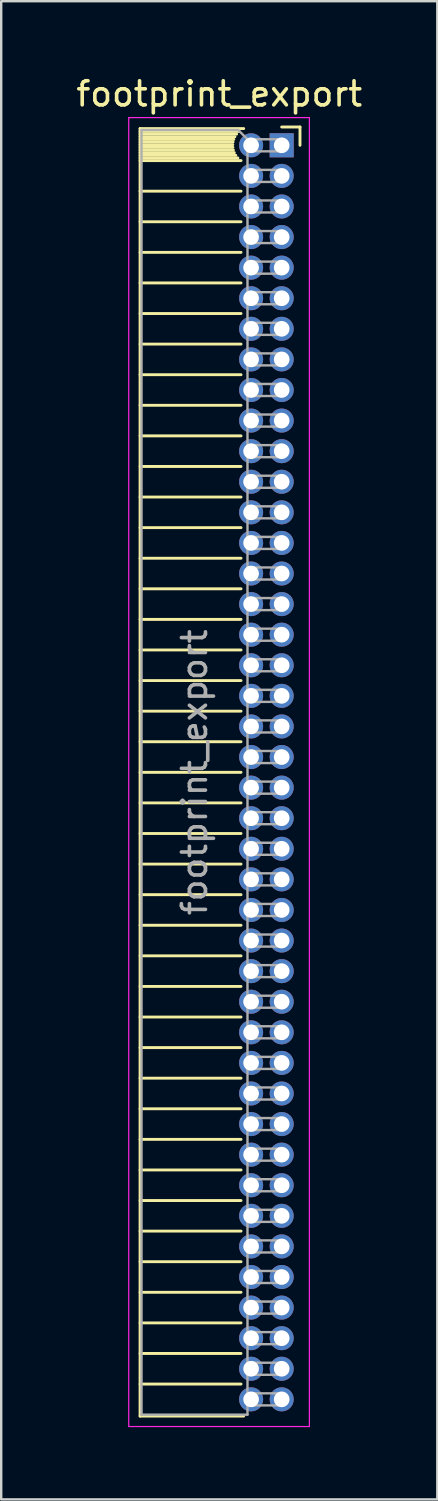
<source format=kicad_pcb>
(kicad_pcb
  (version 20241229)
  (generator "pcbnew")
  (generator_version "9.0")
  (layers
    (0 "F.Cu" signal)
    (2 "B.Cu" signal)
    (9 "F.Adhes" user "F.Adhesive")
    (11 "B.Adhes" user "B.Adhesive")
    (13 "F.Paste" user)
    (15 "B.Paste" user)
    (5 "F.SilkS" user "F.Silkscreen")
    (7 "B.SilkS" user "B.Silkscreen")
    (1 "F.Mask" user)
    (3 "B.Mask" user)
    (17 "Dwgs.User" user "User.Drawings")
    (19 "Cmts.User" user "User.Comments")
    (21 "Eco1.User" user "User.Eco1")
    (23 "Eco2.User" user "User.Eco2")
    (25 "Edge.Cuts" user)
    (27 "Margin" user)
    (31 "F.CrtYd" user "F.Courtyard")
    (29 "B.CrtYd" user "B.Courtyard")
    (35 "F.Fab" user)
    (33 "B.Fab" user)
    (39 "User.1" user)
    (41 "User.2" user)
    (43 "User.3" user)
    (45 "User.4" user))
  (footprint "footprint_export"
    (layer "F.Cu")
    (at 8.646 2.983)
    (property "Reference" "footprint_export" (at -2.592 -2.135 0) (layer "F.SilkS") (effects (font (size 1 1) (thickness 0.15))))
    (attr through_hole)
    (fp_line (start -5.88 -0.695) (end -5.88 52.765) (stroke (width 0.12) (type solid)) (layer "F.SilkS"))
    (fp_line (start -5.88 -0.695) (end -1.578 -0.695) (stroke (width 0.12) (type solid)) (layer "F.SilkS"))
    (fp_line (start -5.88 -0.575) (end -1.767 -0.575) (stroke (width 0.12) (type solid)) (layer "F.SilkS"))
    (fp_line (start -5.88 -0.465) (end -1.871 -0.465) (stroke (width 0.12) (type solid)) (layer "F.SilkS"))
    (fp_line (start -5.88 -0.355) (end -1.942 -0.355) (stroke (width 0.12) (type solid)) (layer "F.SilkS"))
    (fp_line (start -5.88 -0.245) (end -1.989 -0.245) (stroke (width 0.12) (type solid)) (layer "F.SilkS"))
    (fp_line (start -5.88 -0.135) (end -2.018 -0.135) (stroke (width 0.12) (type solid)) (layer "F.SilkS"))
    (fp_line (start -5.88 -0.025) (end -2.03 -0.025) (stroke (width 0.12) (type solid)) (layer "F.SilkS"))
    (fp_line (start -5.88 0.085) (end -2.025 0.085) (stroke (width 0.12) (type solid)) (layer "F.SilkS"))
    (fp_line (start -5.88 0.195) (end -2.005 0.195) (stroke (width 0.12) (type solid)) (layer "F.SilkS"))
    (fp_line (start -5.88 0.305) (end -1.966 0.305) (stroke (width 0.12) (type solid)) (layer "F.SilkS"))
    (fp_line (start -5.88 0.415) (end -1.907 0.415) (stroke (width 0.12) (type solid)) (layer "F.SilkS"))
    (fp_line (start -5.88 0.525) (end -1.82 0.525) (stroke (width 0.12) (type solid)) (layer "F.SilkS"))
    (fp_line (start -5.88 0.635) (end -1.688 0.635) (stroke (width 0.12) (type solid)) (layer "F.SilkS"))
    (fp_line (start -5.88 1.905) (end -1.688 1.905) (stroke (width 0.12) (type solid)) (layer "F.SilkS"))
    (fp_line (start -5.88 3.175) (end -1.688 3.175) (stroke (width 0.12) (type solid)) (layer "F.SilkS"))
    (fp_line (start -5.88 4.445) (end -1.688 4.445) (stroke (width 0.12) (type solid)) (layer "F.SilkS"))
    (fp_line (start -5.88 5.715) (end -1.688 5.715) (stroke (width 0.12) (type solid)) (layer "F.SilkS"))
    (fp_line (start -5.88 6.985) (end -1.688 6.985) (stroke (width 0.12) (type solid)) (layer "F.SilkS"))
    (fp_line (start -5.88 8.255) (end -1.688 8.255) (stroke (width 0.12) (type solid)) (layer "F.SilkS"))
    (fp_line (start -5.88 9.525) (end -1.688 9.525) (stroke (width 0.12) (type solid)) (layer "F.SilkS"))
    (fp_line (start -5.88 10.795) (end -1.688 10.795) (stroke (width 0.12) (type solid)) (layer "F.SilkS"))
    (fp_line (start -5.88 12.065) (end -1.688 12.065) (stroke (width 0.12) (type solid)) (layer "F.SilkS"))
    (fp_line (start -5.88 13.335) (end -1.688 13.335) (stroke (width 0.12) (type solid)) (layer "F.SilkS"))
    (fp_line (start -5.88 14.605) (end -1.688 14.605) (stroke (width 0.12) (type solid)) (layer "F.SilkS"))
    (fp_line (start -5.88 15.875) (end -1.688 15.875) (stroke (width 0.12) (type solid)) (layer "F.SilkS"))
    (fp_line (start -5.88 17.145) (end -1.688 17.145) (stroke (width 0.12) (type solid)) (layer "F.SilkS"))
    (fp_line (start -5.88 18.415) (end -1.688 18.415) (stroke (width 0.12) (type solid)) (layer "F.SilkS"))
    (fp_line (start -5.88 19.685) (end -1.688 19.685) (stroke (width 0.12) (type solid)) (layer "F.SilkS"))
    (fp_line (start -5.88 20.955) (end -1.688 20.955) (stroke (width 0.12) (type solid)) (layer "F.SilkS"))
    (fp_line (start -5.88 22.225) (end -1.688 22.225) (stroke (width 0.12) (type solid)) (layer "F.SilkS"))
    (fp_line (start -5.88 23.495) (end -1.688 23.495) (stroke (width 0.12) (type solid)) (layer "F.SilkS"))
    (fp_line (start -5.88 24.765) (end -1.688 24.765) (stroke (width 0.12) (type solid)) (layer "F.SilkS"))
    (fp_line (start -5.88 26.035) (end -1.688 26.035) (stroke (width 0.12) (type solid)) (layer "F.SilkS"))
    (fp_line (start -5.88 27.305) (end -1.688 27.305) (stroke (width 0.12) (type solid)) (layer "F.SilkS"))
    (fp_line (start -5.88 28.575) (end -1.688 28.575) (stroke (width 0.12) (type solid)) (layer "F.SilkS"))
    (fp_line (start -5.88 29.845) (end -1.688 29.845) (stroke (width 0.12) (type solid)) (layer "F.SilkS"))
    (fp_line (start -5.88 31.115) (end -1.688 31.115) (stroke (width 0.12) (type solid)) (layer "F.SilkS"))
    (fp_line (start -5.88 32.385) (end -1.688 32.385) (stroke (width 0.12) (type solid)) (layer "F.SilkS"))
    (fp_line (start -5.88 33.655) (end -1.688 33.655) (stroke (width 0.12) (type solid)) (layer "F.SilkS"))
    (fp_line (start -5.88 34.925) (end -1.688 34.925) (stroke (width 0.12) (type solid)) (layer "F.SilkS"))
    (fp_line (start -5.88 36.195) (end -1.688 36.195) (stroke (width 0.12) (type solid)) (layer "F.SilkS"))
    (fp_line (start -5.88 37.465) (end -1.688 37.465) (stroke (width 0.12) (type solid)) (layer "F.SilkS"))
    (fp_line (start -5.88 38.735) (end -1.688 38.735) (stroke (width 0.12) (type solid)) (layer "F.SilkS"))
    (fp_line (start -5.88 40.005) (end -1.688 40.005) (stroke (width 0.12) (type solid)) (layer "F.SilkS"))
    (fp_line (start -5.88 41.275) (end -1.688 41.275) (stroke (width 0.12) (type solid)) (layer "F.SilkS"))
    (fp_line (start -5.88 42.545) (end -1.688 42.545) (stroke (width 0.12) (type solid)) (layer "F.SilkS"))
    (fp_line (start -5.88 43.815) (end -1.688 43.815) (stroke (width 0.12) (type solid)) (layer "F.SilkS"))
    (fp_line (start -5.88 45.085) (end -1.688 45.085) (stroke (width 0.12) (type solid)) (layer "F.SilkS"))
    (fp_line (start -5.88 46.355) (end -1.688 46.355) (stroke (width 0.12) (type solid)) (layer "F.SilkS"))
    (fp_line (start -5.88 47.625) (end -1.688 47.625) (stroke (width 0.12) (type solid)) (layer "F.SilkS"))
    (fp_line (start -5.88 48.895) (end -1.688 48.895) (stroke (width 0.12) (type solid)) (layer "F.SilkS"))
    (fp_line (start -5.88 50.165) (end -1.688 50.165) (stroke (width 0.12) (type solid)) (layer "F.SilkS"))
    (fp_line (start -5.88 51.435) (end -1.688 51.435) (stroke (width 0.12) (type solid)) (layer "F.SilkS"))
    (fp_line (start -5.88 52.765) (end -1.578 52.765) (stroke (width 0.12) (type solid)) (layer "F.SilkS"))
    (fp_line (start 0 -0.76) (end 0.76 -0.76) (stroke (width 0.12) (type solid)) (layer "F.SilkS"))
    (fp_line (start 0.76 -0.76) (end 0.76 0) (stroke (width 0.12) (type solid)) (layer "F.SilkS"))
    (fp_line (start -6.35 -1.15) (end -6.35 53.2) (stroke (width 0.05) (type solid)) (layer "F.CrtYd"))
    (fp_line (start -6.35 53.2) (end 1.15 53.2) (stroke (width 0.05) (type solid)) (layer "F.CrtYd"))
    (fp_line (start 1.15 -1.15) (end -6.35 -1.15) (stroke (width 0.05) (type solid)) (layer "F.CrtYd"))
    (fp_line (start 1.15 53.2) (end 1.15 -1.15) (stroke (width 0.05) (type solid)) (layer "F.CrtYd"))
    (fp_line (start -5.82 -0.635) (end -1.805 -0.635) (stroke (width 0.1) (type solid)) (layer "F.Fab"))
    (fp_line (start -5.82 52.705) (end -5.82 -0.635) (stroke (width 0.1) (type solid)) (layer "F.Fab"))
    (fp_line (start -1.805 -0.635) (end -1.42 -0.25) (stroke (width 0.1) (type solid)) (layer "F.Fab"))
    (fp_line (start -1.42 -0.25) (end -1.42 52.705) (stroke (width 0.1) (type solid)) (layer "F.Fab"))
    (fp_line (start -1.42 0.25) (end 0 0.25) (stroke (width 0.1) (type solid)) (layer "F.Fab"))
    (fp_line (start -1.42 1.52) (end 0 1.52) (stroke (width 0.1) (type solid)) (layer "F.Fab"))
    (fp_line (start -1.42 2.79) (end 0 2.79) (stroke (width 0.1) (type solid)) (layer "F.Fab"))
    (fp_line (start -1.42 4.06) (end 0 4.06) (stroke (width 0.1) (type solid)) (layer "F.Fab"))
    (fp_line (start -1.42 5.33) (end 0 5.33) (stroke (width 0.1) (type solid)) (layer "F.Fab"))
    (fp_line (start -1.42 6.6) (end 0 6.6) (stroke (width 0.1) (type solid)) (layer "F.Fab"))
    (fp_line (start -1.42 7.87) (end 0 7.87) (stroke (width 0.1) (type solid)) (layer "F.Fab"))
    (fp_line (start -1.42 9.14) (end 0 9.14) (stroke (width 0.1) (type solid)) (layer "F.Fab"))
    (fp_line (start -1.42 10.41) (end 0 10.41) (stroke (width 0.1) (type solid)) (layer "F.Fab"))
    (fp_line (start -1.42 11.68) (end 0 11.68) (stroke (width 0.1) (type solid)) (layer "F.Fab"))
    (fp_line (start -1.42 12.95) (end 0 12.95) (stroke (width 0.1) (type solid)) (layer "F.Fab"))
    (fp_line (start -1.42 14.22) (end 0 14.22) (stroke (width 0.1) (type solid)) (layer "F.Fab"))
    (fp_line (start -1.42 15.49) (end 0 15.49) (stroke (width 0.1) (type solid)) (layer "F.Fab"))
    (fp_line (start -1.42 16.76) (end 0 16.76) (stroke (width 0.1) (type solid)) (layer "F.Fab"))
    (fp_line (start -1.42 18.03) (end 0 18.03) (stroke (width 0.1) (type solid)) (layer "F.Fab"))
    (fp_line (start -1.42 19.3) (end 0 19.3) (stroke (width 0.1) (type solid)) (layer "F.Fab"))
    (fp_line (start -1.42 20.57) (end 0 20.57) (stroke (width 0.1) (type solid)) (layer "F.Fab"))
    (fp_line (start -1.42 21.84) (end 0 21.84) (stroke (width 0.1) (type solid)) (layer "F.Fab"))
    (fp_line (start -1.42 23.11) (end 0 23.11) (stroke (width 0.1) (type solid)) (layer "F.Fab"))
    (fp_line (start -1.42 24.38) (end 0 24.38) (stroke (width 0.1) (type solid)) (layer "F.Fab"))
    (fp_line (start -1.42 25.65) (end 0 25.65) (stroke (width 0.1) (type solid)) (layer "F.Fab"))
    (fp_line (start -1.42 26.92) (end 0 26.92) (stroke (width 0.1) (type solid)) (layer "F.Fab"))
    (fp_line (start -1.42 28.19) (end 0 28.19) (stroke (width 0.1) (type solid)) (layer "F.Fab"))
    (fp_line (start -1.42 29.46) (end 0 29.46) (stroke (width 0.1) (type solid)) (layer "F.Fab"))
    (fp_line (start -1.42 30.73) (end 0 30.73) (stroke (width 0.1) (type solid)) (layer "F.Fab"))
    (fp_line (start -1.42 32) (end 0 32) (stroke (width 0.1) (type solid)) (layer "F.Fab"))
    (fp_line (start -1.42 33.27) (end 0 33.27) (stroke (width 0.1) (type solid)) (layer "F.Fab"))
    (fp_line (start -1.42 34.54) (end 0 34.54) (stroke (width 0.1) (type solid)) (layer "F.Fab"))
    (fp_line (start -1.42 35.81) (end 0 35.81) (stroke (width 0.1) (type solid)) (layer "F.Fab"))
    (fp_line (start -1.42 37.08) (end 0 37.08) (stroke (width 0.1) (type solid)) (layer "F.Fab"))
    (fp_line (start -1.42 38.35) (end 0 38.35) (stroke (width 0.1) (type solid)) (layer "F.Fab"))
    (fp_line (start -1.42 39.62) (end 0 39.62) (stroke (width 0.1) (type solid)) (layer "F.Fab"))
    (fp_line (start -1.42 40.89) (end 0 40.89) (stroke (width 0.1) (type solid)) (layer "F.Fab"))
    (fp_line (start -1.42 42.16) (end 0 42.16) (stroke (width 0.1) (type solid)) (layer "F.Fab"))
    (fp_line (start -1.42 43.43) (end 0 43.43) (stroke (width 0.1) (type solid)) (layer "F.Fab"))
    (fp_line (start -1.42 44.7) (end 0 44.7) (stroke (width 0.1) (type solid)) (layer "F.Fab"))
    (fp_line (start -1.42 45.97) (end 0 45.97) (stroke (width 0.1) (type solid)) (layer "F.Fab"))
    (fp_line (start -1.42 47.24) (end 0 47.24) (stroke (width 0.1) (type solid)) (layer "F.Fab"))
    (fp_line (start -1.42 48.51) (end 0 48.51) (stroke (width 0.1) (type solid)) (layer "F.Fab"))
    (fp_line (start -1.42 49.78) (end 0 49.78) (stroke (width 0.1) (type solid)) (layer "F.Fab"))
    (fp_line (start -1.42 51.05) (end 0 51.05) (stroke (width 0.1) (type solid)) (layer "F.Fab"))
    (fp_line (start -1.42 52.32) (end 0 52.32) (stroke (width 0.1) (type solid)) (layer "F.Fab"))
    (fp_line (start -1.42 52.705) (end -5.82 52.705) (stroke (width 0.1) (type solid)) (layer "F.Fab"))
    (fp_line (start 0 -0.25) (end -1.42 -0.25) (stroke (width 0.1) (type solid)) (layer "F.Fab"))
    (fp_line (start 0 0.25) (end 0 -0.25) (stroke (width 0.1) (type solid)) (layer "F.Fab"))
    (fp_line (start 0 1.02) (end -1.42 1.02) (stroke (width 0.1) (type solid)) (layer "F.Fab"))
    (fp_line (start 0 1.52) (end 0 1.02) (stroke (width 0.1) (type solid)) (layer "F.Fab"))
    (fp_line (start 0 2.29) (end -1.42 2.29) (stroke (width 0.1) (type solid)) (layer "F.Fab"))
    (fp_line (start 0 2.79) (end 0 2.29) (stroke (width 0.1) (type solid)) (layer "F.Fab"))
    (fp_line (start 0 3.56) (end -1.42 3.56) (stroke (width 0.1) (type solid)) (layer "F.Fab"))
    (fp_line (start 0 4.06) (end 0 3.56) (stroke (width 0.1) (type solid)) (layer "F.Fab"))
    (fp_line (start 0 4.83) (end -1.42 4.83) (stroke (width 0.1) (type solid)) (layer "F.Fab"))
    (fp_line (start 0 5.33) (end 0 4.83) (stroke (width 0.1) (type solid)) (layer "F.Fab"))
    (fp_line (start 0 6.1) (end -1.42 6.1) (stroke (width 0.1) (type solid)) (layer "F.Fab"))
    (fp_line (start 0 6.6) (end 0 6.1) (stroke (width 0.1) (type solid)) (layer "F.Fab"))
    (fp_line (start 0 7.37) (end -1.42 7.37) (stroke (width 0.1) (type solid)) (layer "F.Fab"))
    (fp_line (start 0 7.87) (end 0 7.37) (stroke (width 0.1) (type solid)) (layer "F.Fab"))
    (fp_line (start 0 8.64) (end -1.42 8.64) (stroke (width 0.1) (type solid)) (layer "F.Fab"))
    (fp_line (start 0 9.14) (end 0 8.64) (stroke (width 0.1) (type solid)) (layer "F.Fab"))
    (fp_line (start 0 9.91) (end -1.42 9.91) (stroke (width 0.1) (type solid)) (layer "F.Fab"))
    (fp_line (start 0 10.41) (end 0 9.91) (stroke (width 0.1) (type solid)) (layer "F.Fab"))
    (fp_line (start 0 11.18) (end -1.42 11.18) (stroke (width 0.1) (type solid)) (layer "F.Fab"))
    (fp_line (start 0 11.68) (end 0 11.18) (stroke (width 0.1) (type solid)) (layer "F.Fab"))
    (fp_line (start 0 12.45) (end -1.42 12.45) (stroke (width 0.1) (type solid)) (layer "F.Fab"))
    (fp_line (start 0 12.95) (end 0 12.45) (stroke (width 0.1) (type solid)) (layer "F.Fab"))
    (fp_line (start 0 13.72) (end -1.42 13.72) (stroke (width 0.1) (type solid)) (layer "F.Fab"))
    (fp_line (start 0 14.22) (end 0 13.72) (stroke (width 0.1) (type solid)) (layer "F.Fab"))
    (fp_line (start 0 14.99) (end -1.42 14.99) (stroke (width 0.1) (type solid)) (layer "F.Fab"))
    (fp_line (start 0 15.49) (end 0 14.99) (stroke (width 0.1) (type solid)) (layer "F.Fab"))
    (fp_line (start 0 16.26) (end -1.42 16.26) (stroke (width 0.1) (type solid)) (layer "F.Fab"))
    (fp_line (start 0 16.76) (end 0 16.26) (stroke (width 0.1) (type solid)) (layer "F.Fab"))
    (fp_line (start 0 17.53) (end -1.42 17.53) (stroke (width 0.1) (type solid)) (layer "F.Fab"))
    (fp_line (start 0 18.03) (end 0 17.53) (stroke (width 0.1) (type solid)) (layer "F.Fab"))
    (fp_line (start 0 18.8) (end -1.42 18.8) (stroke (width 0.1) (type solid)) (layer "F.Fab"))
    (fp_line (start 0 19.3) (end 0 18.8) (stroke (width 0.1) (type solid)) (layer "F.Fab"))
    (fp_line (start 0 20.07) (end -1.42 20.07) (stroke (width 0.1) (type solid)) (layer "F.Fab"))
    (fp_line (start 0 20.57) (end 0 20.07) (stroke (width 0.1) (type solid)) (layer "F.Fab"))
    (fp_line (start 0 21.34) (end -1.42 21.34) (stroke (width 0.1) (type solid)) (layer "F.Fab"))
    (fp_line (start 0 21.84) (end 0 21.34) (stroke (width 0.1) (type solid)) (layer "F.Fab"))
    (fp_line (start 0 22.61) (end -1.42 22.61) (stroke (width 0.1) (type solid)) (layer "F.Fab"))
    (fp_line (start 0 23.11) (end 0 22.61) (stroke (width 0.1) (type solid)) (layer "F.Fab"))
    (fp_line (start 0 23.88) (end -1.42 23.88) (stroke (width 0.1) (type solid)) (layer "F.Fab"))
    (fp_line (start 0 24.38) (end 0 23.88) (stroke (width 0.1) (type solid)) (layer "F.Fab"))
    (fp_line (start 0 25.15) (end -1.42 25.15) (stroke (width 0.1) (type solid)) (layer "F.Fab"))
    (fp_line (start 0 25.65) (end 0 25.15) (stroke (width 0.1) (type solid)) (layer "F.Fab"))
    (fp_line (start 0 26.42) (end -1.42 26.42) (stroke (width 0.1) (type solid)) (layer "F.Fab"))
    (fp_line (start 0 26.92) (end 0 26.42) (stroke (width 0.1) (type solid)) (layer "F.Fab"))
    (fp_line (start 0 27.69) (end -1.42 27.69) (stroke (width 0.1) (type solid)) (layer "F.Fab"))
    (fp_line (start 0 28.19) (end 0 27.69) (stroke (width 0.1) (type solid)) (layer "F.Fab"))
    (fp_line (start 0 28.96) (end -1.42 28.96) (stroke (width 0.1) (type solid)) (layer "F.Fab"))
    (fp_line (start 0 29.46) (end 0 28.96) (stroke (width 0.1) (type solid)) (layer "F.Fab"))
    (fp_line (start 0 30.23) (end -1.42 30.23) (stroke (width 0.1) (type solid)) (layer "F.Fab"))
    (fp_line (start 0 30.73) (end 0 30.23) (stroke (width 0.1) (type solid)) (layer "F.Fab"))
    (fp_line (start 0 31.5) (end -1.42 31.5) (stroke (width 0.1) (type solid)) (layer "F.Fab"))
    (fp_line (start 0 32) (end 0 31.5) (stroke (width 0.1) (type solid)) (layer "F.Fab"))
    (fp_line (start 0 32.77) (end -1.42 32.77) (stroke (width 0.1) (type solid)) (layer "F.Fab"))
    (fp_line (start 0 33.27) (end 0 32.77) (stroke (width 0.1) (type solid)) (layer "F.Fab"))
    (fp_line (start 0 34.04) (end -1.42 34.04) (stroke (width 0.1) (type solid)) (layer "F.Fab"))
    (fp_line (start 0 34.54) (end 0 34.04) (stroke (width 0.1) (type solid)) (layer "F.Fab"))
    (fp_line (start 0 35.31) (end -1.42 35.31) (stroke (width 0.1) (type solid)) (layer "F.Fab"))
    (fp_line (start 0 35.81) (end 0 35.31) (stroke (width 0.1) (type solid)) (layer "F.Fab"))
    (fp_line (start 0 36.58) (end -1.42 36.58) (stroke (width 0.1) (type solid)) (layer "F.Fab"))
    (fp_line (start 0 37.08) (end 0 36.58) (stroke (width 0.1) (type solid)) (layer "F.Fab"))
    (fp_line (start 0 37.85) (end -1.42 37.85) (stroke (width 0.1) (type solid)) (layer "F.Fab"))
    (fp_line (start 0 38.35) (end 0 37.85) (stroke (width 0.1) (type solid)) (layer "F.Fab"))
    (fp_line (start 0 39.12) (end -1.42 39.12) (stroke (width 0.1) (type solid)) (layer "F.Fab"))
    (fp_line (start 0 39.62) (end 0 39.12) (stroke (width 0.1) (type solid)) (layer "F.Fab"))
    (fp_line (start 0 40.39) (end -1.42 40.39) (stroke (width 0.1) (type solid)) (layer "F.Fab"))
    (fp_line (start 0 40.89) (end 0 40.39) (stroke (width 0.1) (type solid)) (layer "F.Fab"))
    (fp_line (start 0 41.66) (end -1.42 41.66) (stroke (width 0.1) (type solid)) (layer "F.Fab"))
    (fp_line (start 0 42.16) (end 0 41.66) (stroke (width 0.1) (type solid)) (layer "F.Fab"))
    (fp_line (start 0 42.93) (end -1.42 42.93) (stroke (width 0.1) (type solid)) (layer "F.Fab"))
    (fp_line (start 0 43.43) (end 0 42.93) (stroke (width 0.1) (type solid)) (layer "F.Fab"))
    (fp_line (start 0 44.2) (end -1.42 44.2) (stroke (width 0.1) (type solid)) (layer "F.Fab"))
    (fp_line (start 0 44.7) (end 0 44.2) (stroke (width 0.1) (type solid)) (layer "F.Fab"))
    (fp_line (start 0 45.47) (end -1.42 45.47) (stroke (width 0.1) (type solid)) (layer "F.Fab"))
    (fp_line (start 0 45.97) (end 0 45.47) (stroke (width 0.1) (type solid)) (layer "F.Fab"))
    (fp_line (start 0 46.74) (end -1.42 46.74) (stroke (width 0.1) (type solid)) (layer "F.Fab"))
    (fp_line (start 0 47.24) (end 0 46.74) (stroke (width 0.1) (type solid)) (layer "F.Fab"))
    (fp_line (start 0 48.01) (end -1.42 48.01) (stroke (width 0.1) (type solid)) (layer "F.Fab"))
    (fp_line (start 0 48.51) (end 0 48.01) (stroke (width 0.1) (type solid)) (layer "F.Fab"))
    (fp_line (start 0 49.28) (end -1.42 49.28) (stroke (width 0.1) (type solid)) (layer "F.Fab"))
    (fp_line (start 0 49.78) (end 0 49.28) (stroke (width 0.1) (type solid)) (layer "F.Fab"))
    (fp_line (start 0 50.55) (end -1.42 50.55) (stroke (width 0.1) (type solid)) (layer "F.Fab"))
    (fp_line (start 0 51.05) (end 0 50.55) (stroke (width 0.1) (type solid)) (layer "F.Fab"))
    (fp_line (start 0 51.82) (end -1.42 51.82) (stroke (width 0.1) (type solid)) (layer "F.Fab"))
    (fp_line (start 0 52.32) (end 0 51.82) (stroke (width 0.1) (type solid)) (layer "F.Fab"))
    (fp_text user "${REFERENCE}" (at -3.62 26.035 90) (layer "F.Fab") (effects (font (size 1 1) (thickness 0.15))))
    (pad "1" thru_hole rect (at 0 0) (size 1 1) (drill 0.65) (layers "*.Cu" "*.Mask"))
    (pad "2" thru_hole oval (at -1.27 0) (size 1 1) (drill 0.65) (layers "*.Cu" "*.Mask"))
    (pad "3" thru_hole oval (at 0 1.27) (size 1 1) (drill 0.65) (layers "*.Cu" "*.Mask"))
    (pad "4" thru_hole oval (at -1.27 1.27) (size 1 1) (drill 0.65) (layers "*.Cu" "*.Mask"))
    (pad "5" thru_hole oval (at 0 2.54) (size 1 1) (drill 0.65) (layers "*.Cu" "*.Mask"))
    (pad "6" thru_hole oval (at -1.27 2.54) (size 1 1) (drill 0.65) (layers "*.Cu" "*.Mask"))
    (pad "7" thru_hole oval (at 0 3.81) (size 1 1) (drill 0.65) (layers "*.Cu" "*.Mask"))
    (pad "8" thru_hole oval (at -1.27 3.81) (size 1 1) (drill 0.65) (layers "*.Cu" "*.Mask"))
    (pad "9" thru_hole oval (at 0 5.08) (size 1 1) (drill 0.65) (layers "*.Cu" "*.Mask"))
    (pad "10" thru_hole oval (at -1.27 5.08) (size 1 1) (drill 0.65) (layers "*.Cu" "*.Mask"))
    (pad "11" thru_hole oval (at 0 6.35) (size 1 1) (drill 0.65) (layers "*.Cu" "*.Mask"))
    (pad "12" thru_hole oval (at -1.27 6.35) (size 1 1) (drill 0.65) (layers "*.Cu" "*.Mask"))
    (pad "13" thru_hole oval (at 0 7.62) (size 1 1) (drill 0.65) (layers "*.Cu" "*.Mask"))
    (pad "14" thru_hole oval (at -1.27 7.62) (size 1 1) (drill 0.65) (layers "*.Cu" "*.Mask"))
    (pad "15" thru_hole oval (at 0 8.89) (size 1 1) (drill 0.65) (layers "*.Cu" "*.Mask"))
    (pad "16" thru_hole oval (at -1.27 8.89) (size 1 1) (drill 0.65) (layers "*.Cu" "*.Mask"))
    (pad "17" thru_hole oval (at 0 10.16) (size 1 1) (drill 0.65) (layers "*.Cu" "*.Mask"))
    (pad "18" thru_hole oval (at -1.27 10.16) (size 1 1) (drill 0.65) (layers "*.Cu" "*.Mask"))
    (pad "19" thru_hole oval (at 0 11.43) (size 1 1) (drill 0.65) (layers "*.Cu" "*.Mask"))
    (pad "20" thru_hole oval (at -1.27 11.43) (size 1 1) (drill 0.65) (layers "*.Cu" "*.Mask"))
    (pad "21" thru_hole oval (at 0 12.7) (size 1 1) (drill 0.65) (layers "*.Cu" "*.Mask"))
    (pad "22" thru_hole oval (at -1.27 12.7) (size 1 1) (drill 0.65) (layers "*.Cu" "*.Mask"))
    (pad "23" thru_hole oval (at 0 13.97) (size 1 1) (drill 0.65) (layers "*.Cu" "*.Mask"))
    (pad "24" thru_hole oval (at -1.27 13.97) (size 1 1) (drill 0.65) (layers "*.Cu" "*.Mask"))
    (pad "25" thru_hole oval (at 0 15.24) (size 1 1) (drill 0.65) (layers "*.Cu" "*.Mask"))
    (pad "26" thru_hole oval (at -1.27 15.24) (size 1 1) (drill 0.65) (layers "*.Cu" "*.Mask"))
    (pad "27" thru_hole oval (at 0 16.51) (size 1 1) (drill 0.65) (layers "*.Cu" "*.Mask"))
    (pad "28" thru_hole oval (at -1.27 16.51) (size 1 1) (drill 0.65) (layers "*.Cu" "*.Mask"))
    (pad "29" thru_hole oval (at 0 17.78) (size 1 1) (drill 0.65) (layers "*.Cu" "*.Mask"))
    (pad "30" thru_hole oval (at -1.27 17.78) (size 1 1) (drill 0.65) (layers "*.Cu" "*.Mask"))
    (pad "31" thru_hole oval (at 0 19.05) (size 1 1) (drill 0.65) (layers "*.Cu" "*.Mask"))
    (pad "32" thru_hole oval (at -1.27 19.05) (size 1 1) (drill 0.65) (layers "*.Cu" "*.Mask"))
    (pad "33" thru_hole oval (at 0 20.32) (size 1 1) (drill 0.65) (layers "*.Cu" "*.Mask"))
    (pad "34" thru_hole oval (at -1.27 20.32) (size 1 1) (drill 0.65) (layers "*.Cu" "*.Mask"))
    (pad "35" thru_hole oval (at 0 21.59) (size 1 1) (drill 0.65) (layers "*.Cu" "*.Mask"))
    (pad "36" thru_hole oval (at -1.27 21.59) (size 1 1) (drill 0.65) (layers "*.Cu" "*.Mask"))
    (pad "37" thru_hole oval (at 0 22.86) (size 1 1) (drill 0.65) (layers "*.Cu" "*.Mask"))
    (pad "38" thru_hole oval (at -1.27 22.86) (size 1 1) (drill 0.65) (layers "*.Cu" "*.Mask"))
    (pad "39" thru_hole oval (at 0 24.13) (size 1 1) (drill 0.65) (layers "*.Cu" "*.Mask"))
    (pad "40" thru_hole oval (at -1.27 24.13) (size 1 1) (drill 0.65) (layers "*.Cu" "*.Mask"))
    (pad "41" thru_hole oval (at 0 25.4) (size 1 1) (drill 0.65) (layers "*.Cu" "*.Mask"))
    (pad "42" thru_hole oval (at -1.27 25.4) (size 1 1) (drill 0.65) (layers "*.Cu" "*.Mask"))
    (pad "43" thru_hole oval (at 0 26.67) (size 1 1) (drill 0.65) (layers "*.Cu" "*.Mask"))
    (pad "44" thru_hole oval (at -1.27 26.67) (size 1 1) (drill 0.65) (layers "*.Cu" "*.Mask"))
    (pad "45" thru_hole oval (at 0 27.94) (size 1 1) (drill 0.65) (layers "*.Cu" "*.Mask"))
    (pad "46" thru_hole oval (at -1.27 27.94) (size 1 1) (drill 0.65) (layers "*.Cu" "*.Mask"))
    (pad "47" thru_hole oval (at 0 29.21) (size 1 1) (drill 0.65) (layers "*.Cu" "*.Mask"))
    (pad "48" thru_hole oval (at -1.27 29.21) (size 1 1) (drill 0.65) (layers "*.Cu" "*.Mask"))
    (pad "49" thru_hole oval (at 0 30.48) (size 1 1) (drill 0.65) (layers "*.Cu" "*.Mask"))
    (pad "50" thru_hole oval (at -1.27 30.48) (size 1 1) (drill 0.65) (layers "*.Cu" "*.Mask"))
    (pad "51" thru_hole oval (at 0 31.75) (size 1 1) (drill 0.65) (layers "*.Cu" "*.Mask"))
    (pad "52" thru_hole oval (at -1.27 31.75) (size 1 1) (drill 0.65) (layers "*.Cu" "*.Mask"))
    (pad "53" thru_hole oval (at 0 33.02) (size 1 1) (drill 0.65) (layers "*.Cu" "*.Mask"))
    (pad "54" thru_hole oval (at -1.27 33.02) (size 1 1) (drill 0.65) (layers "*.Cu" "*.Mask"))
    (pad "55" thru_hole oval (at 0 34.29) (size 1 1) (drill 0.65) (layers "*.Cu" "*.Mask"))
    (pad "56" thru_hole oval (at -1.27 34.29) (size 1 1) (drill 0.65) (layers "*.Cu" "*.Mask"))
    (pad "57" thru_hole oval (at 0 35.56) (size 1 1) (drill 0.65) (layers "*.Cu" "*.Mask"))
    (pad "58" thru_hole oval (at -1.27 35.56) (size 1 1) (drill 0.65) (layers "*.Cu" "*.Mask"))
    (pad "59" thru_hole oval (at 0 36.83) (size 1 1) (drill 0.65) (layers "*.Cu" "*.Mask"))
    (pad "60" thru_hole oval (at -1.27 36.83) (size 1 1) (drill 0.65) (layers "*.Cu" "*.Mask"))
    (pad "61" thru_hole oval (at 0 38.1) (size 1 1) (drill 0.65) (layers "*.Cu" "*.Mask"))
    (pad "62" thru_hole oval (at -1.27 38.1) (size 1 1) (drill 0.65) (layers "*.Cu" "*.Mask"))
    (pad "63" thru_hole oval (at 0 39.37) (size 1 1) (drill 0.65) (layers "*.Cu" "*.Mask"))
    (pad "64" thru_hole oval (at -1.27 39.37) (size 1 1) (drill 0.65) (layers "*.Cu" "*.Mask"))
    (pad "65" thru_hole oval (at 0 40.64) (size 1 1) (drill 0.65) (layers "*.Cu" "*.Mask"))
    (pad "66" thru_hole oval (at -1.27 40.64) (size 1 1) (drill 0.65) (layers "*.Cu" "*.Mask"))
    (pad "67" thru_hole oval (at 0 41.91) (size 1 1) (drill 0.65) (layers "*.Cu" "*.Mask"))
    (pad "68" thru_hole oval (at -1.27 41.91) (size 1 1) (drill 0.65) (layers "*.Cu" "*.Mask"))
    (pad "69" thru_hole oval (at 0 43.18) (size 1 1) (drill 0.65) (layers "*.Cu" "*.Mask"))
    (pad "70" thru_hole oval (at -1.27 43.18) (size 1 1) (drill 0.65) (layers "*.Cu" "*.Mask"))
    (pad "71" thru_hole oval (at 0 44.45) (size 1 1) (drill 0.65) (layers "*.Cu" "*.Mask"))
    (pad "72" thru_hole oval (at -1.27 44.45) (size 1 1) (drill 0.65) (layers "*.Cu" "*.Mask"))
    (pad "73" thru_hole oval (at 0 45.72) (size 1 1) (drill 0.65) (layers "*.Cu" "*.Mask"))
    (pad "74" thru_hole oval (at -1.27 45.72) (size 1 1) (drill 0.65) (layers "*.Cu" "*.Mask"))
    (pad "75" thru_hole oval (at 0 46.99) (size 1 1) (drill 0.65) (layers "*.Cu" "*.Mask"))
    (pad "76" thru_hole oval (at -1.27 46.99) (size 1 1) (drill 0.65) (layers "*.Cu" "*.Mask"))
    (pad "77" thru_hole oval (at 0 48.26) (size 1 1) (drill 0.65) (layers "*.Cu" "*.Mask"))
    (pad "78" thru_hole oval (at -1.27 48.26) (size 1 1) (drill 0.65) (layers "*.Cu" "*.Mask"))
    (pad "79" thru_hole oval (at 0 49.53) (size 1 1) (drill 0.65) (layers "*.Cu" "*.Mask"))
    (pad "80" thru_hole oval (at -1.27 49.53) (size 1 1) (drill 0.65) (layers "*.Cu" "*.Mask"))
    (pad "81" thru_hole oval (at 0 50.8) (size 1 1) (drill 0.65) (layers "*.Cu" "*.Mask"))
    (pad "82" thru_hole oval (at -1.27 50.8) (size 1 1) (drill 0.65) (layers "*.Cu" "*.Mask"))
    (pad "83" thru_hole oval (at 0 52.07) (size 1 1) (drill 0.65) (layers "*.Cu" "*.Mask"))
    (pad "84" thru_hole oval (at -1.27 52.07) (size 1 1) (drill 0.65) (layers "*.Cu" "*.Mask")))
  (gr_rect
    (start -3 -3)
    (end 15.107 59.208)
    (stroke (width 0.1) (type default))
    (fill no)
    (layer "Edge.Cuts")))
</source>
